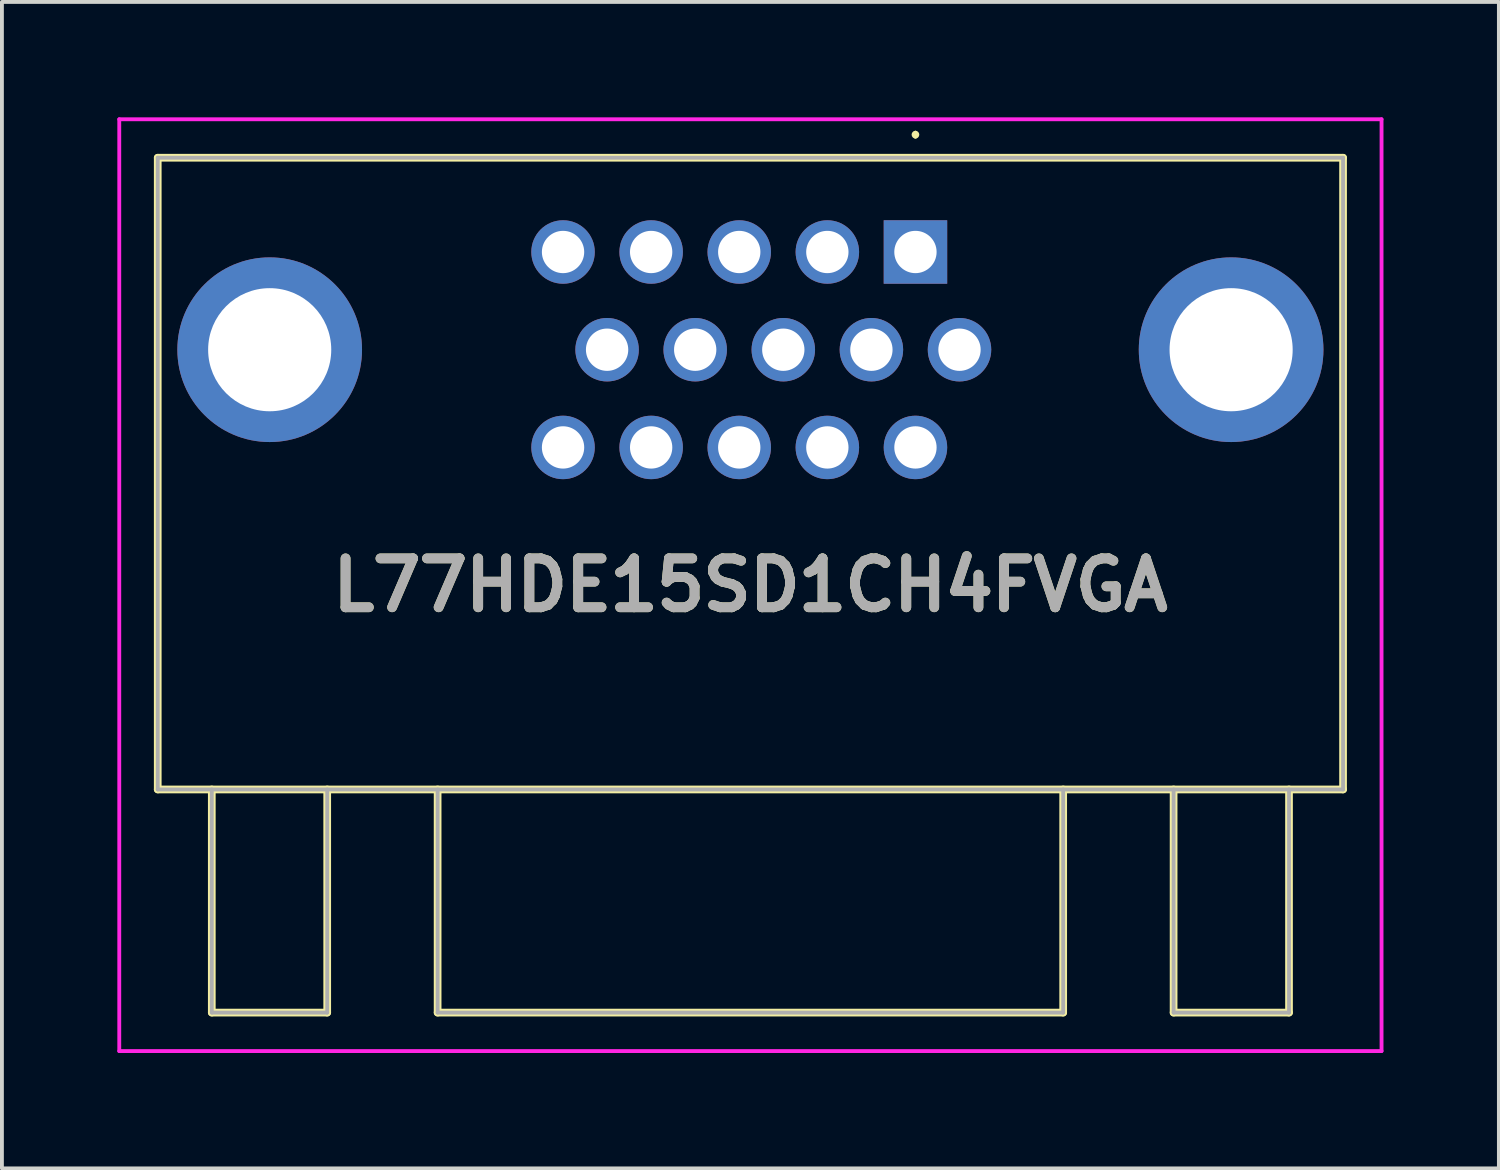
<source format=kicad_pcb>
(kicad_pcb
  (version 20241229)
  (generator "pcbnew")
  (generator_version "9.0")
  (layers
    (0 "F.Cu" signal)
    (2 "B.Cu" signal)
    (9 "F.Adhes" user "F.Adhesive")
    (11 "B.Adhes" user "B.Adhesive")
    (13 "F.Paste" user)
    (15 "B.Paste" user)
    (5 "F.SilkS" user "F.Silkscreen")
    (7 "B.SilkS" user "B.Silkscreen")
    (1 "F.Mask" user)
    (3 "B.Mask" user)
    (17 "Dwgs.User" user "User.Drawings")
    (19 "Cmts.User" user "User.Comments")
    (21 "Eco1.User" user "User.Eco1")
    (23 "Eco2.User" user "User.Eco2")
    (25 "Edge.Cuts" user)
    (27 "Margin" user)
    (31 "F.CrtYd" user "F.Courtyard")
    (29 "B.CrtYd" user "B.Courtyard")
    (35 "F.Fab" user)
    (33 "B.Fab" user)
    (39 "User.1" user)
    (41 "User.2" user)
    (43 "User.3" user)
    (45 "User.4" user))
  (footprint "L77HDE15SD1CH4FVGA"
    (layer "F.Cu")
    (at 20.745 3.5)
    (property "Reference" "L77HDE15SD1CH4FVGA" (at -4.29 8.66 0) (layer "F.SilkS") (effects (font (size 1.27 1.27) (thickness 0.254))))
    (attr through_hole)
    (fp_line (start -19.695 -2.45) (end 11.115 -2.45) (stroke (width 0.2) (type solid)) (layer "F.SilkS"))
    (fp_line (start -19.695 13.97) (end -19.695 -2.45) (stroke (width 0.2) (type solid)) (layer "F.SilkS"))
    (fp_line (start -18.29 13.97) (end -18.29 19.77) (stroke (width 0.2) (type solid)) (layer "F.SilkS"))
    (fp_line (start -18.29 19.77) (end -15.29 19.77) (stroke (width 0.2) (type solid)) (layer "F.SilkS"))
    (fp_line (start -15.29 19.77) (end -15.29 13.97) (stroke (width 0.2) (type solid)) (layer "F.SilkS"))
    (fp_line (start -12.42 13.97) (end -12.42 19.77) (stroke (width 0.2) (type solid)) (layer "F.SilkS"))
    (fp_line (start -12.42 19.77) (end 3.84 19.77) (stroke (width 0.2) (type solid)) (layer "F.SilkS"))
    (fp_line (start 0 -3.1) (end 0 -3.1) (stroke (width 0.1) (type solid)) (layer "F.SilkS"))
    (fp_line (start 0 -3) (end 0 -3) (stroke (width 0.1) (type solid)) (layer "F.SilkS"))
    (fp_line (start 3.84 19.77) (end 3.84 13.97) (stroke (width 0.2) (type solid)) (layer "F.SilkS"))
    (fp_line (start 6.71 13.97) (end 6.71 19.77) (stroke (width 0.2) (type solid)) (layer "F.SilkS"))
    (fp_line (start 6.71 19.77) (end 9.71 19.77) (stroke (width 0.2) (type solid)) (layer "F.SilkS"))
    (fp_line (start 9.71 19.77) (end 9.71 13.97) (stroke (width 0.2) (type solid)) (layer "F.SilkS"))
    (fp_line (start 11.115 -2.45) (end 11.115 13.97) (stroke (width 0.2) (type solid)) (layer "F.SilkS"))
    (fp_line (start 11.115 13.97) (end -19.695 13.97) (stroke (width 0.2) (type solid)) (layer "F.SilkS"))
    (fp_arc (start 0 -3.1) (mid 0.05 -3.05) (end 0 -3) (stroke (width 0.1) (type solid)) (layer "F.SilkS"))
    (fp_arc (start 0 -3) (mid -0.05 -3.05) (end 0 -3.1) (stroke (width 0.1) (type solid)) (layer "F.SilkS"))
    (fp_line (start -20.695 -3.45) (end 12.115 -3.45) (stroke (width 0.1) (type solid)) (layer "F.CrtYd"))
    (fp_line (start -20.695 20.77) (end -20.695 -3.45) (stroke (width 0.1) (type solid)) (layer "F.CrtYd"))
    (fp_line (start 12.115 -3.45) (end 12.115 20.77) (stroke (width 0.1) (type solid)) (layer "F.CrtYd"))
    (fp_line (start 12.115 20.77) (end -20.695 20.77) (stroke (width 0.1) (type solid)) (layer "F.CrtYd"))
    (fp_line (start -19.695 -2.45) (end 11.115 -2.45) (stroke (width 0.1) (type solid)) (layer "F.Fab"))
    (fp_line (start -19.695 13.97) (end -19.695 -2.45) (stroke (width 0.1) (type solid)) (layer "F.Fab"))
    (fp_line (start -18.29 13.97) (end -18.29 19.77) (stroke (width 0.1) (type solid)) (layer "F.Fab"))
    (fp_line (start -18.29 19.77) (end -15.29 19.77) (stroke (width 0.1) (type solid)) (layer "F.Fab"))
    (fp_line (start -15.29 19.77) (end -15.29 13.97) (stroke (width 0.1) (type solid)) (layer "F.Fab"))
    (fp_line (start -12.42 13.97) (end -12.42 19.77) (stroke (width 0.1) (type solid)) (layer "F.Fab"))
    (fp_line (start -12.42 19.77) (end 3.84 19.77) (stroke (width 0.1) (type solid)) (layer "F.Fab"))
    (fp_line (start 3.84 19.77) (end 3.84 13.97) (stroke (width 0.1) (type solid)) (layer "F.Fab"))
    (fp_line (start 6.71 13.97) (end 6.71 19.77) (stroke (width 0.1) (type solid)) (layer "F.Fab"))
    (fp_line (start 6.71 19.77) (end 9.71 19.77) (stroke (width 0.1) (type solid)) (layer "F.Fab"))
    (fp_line (start 9.71 19.77) (end 9.71 13.97) (stroke (width 0.1) (type solid)) (layer "F.Fab"))
    (fp_line (start 11.115 -2.45) (end 11.115 13.97) (stroke (width 0.1) (type solid)) (layer "F.Fab"))
    (fp_line (start 11.115 13.97) (end -19.695 13.97) (stroke (width 0.1) (type solid)) (layer "F.Fab"))
    (fp_text user "${REFERENCE}" (at -4.29 8.66 0) (layer "F.Fab") (effects (font (size 1.27 1.27) (thickness 0.254))))
    (pad "1" thru_hole rect (at 0 0) (size 1.65 1.65) (drill 1.1) (layers "*.Cu" "*.Mask"))
    (pad "2" thru_hole circle (at -2.29 0) (size 1.65 1.65) (drill 1.1) (layers "*.Cu" "*.Mask"))
    (pad "3" thru_hole circle (at -4.58 0) (size 1.65 1.65) (drill 1.1) (layers "*.Cu" "*.Mask"))
    (pad "4" thru_hole circle (at -6.87 0) (size 1.65 1.65) (drill 1.1) (layers "*.Cu" "*.Mask"))
    (pad "5" thru_hole circle (at -9.16 0) (size 1.65 1.65) (drill 1.1) (layers "*.Cu" "*.Mask"))
    (pad "6" thru_hole circle (at 1.145 2.54) (size 1.65 1.65) (drill 1.1) (layers "*.Cu" "*.Mask"))
    (pad "7" thru_hole circle (at -1.145 2.54) (size 1.65 1.65) (drill 1.1) (layers "*.Cu" "*.Mask"))
    (pad "8" thru_hole circle (at -3.435 2.54) (size 1.65 1.65) (drill 1.1) (layers "*.Cu" "*.Mask"))
    (pad "9" thru_hole circle (at -5.725 2.54) (size 1.65 1.65) (drill 1.1) (layers "*.Cu" "*.Mask"))
    (pad "10" thru_hole circle (at -8.015 2.54) (size 1.65 1.65) (drill 1.1) (layers "*.Cu" "*.Mask"))
    (pad "11" thru_hole circle (at 0 5.08) (size 1.65 1.65) (drill 1.1) (layers "*.Cu" "*.Mask"))
    (pad "12" thru_hole circle (at -2.29 5.08) (size 1.65 1.65) (drill 1.1) (layers "*.Cu" "*.Mask"))
    (pad "13" thru_hole circle (at -4.58 5.08) (size 1.65 1.65) (drill 1.1) (layers "*.Cu" "*.Mask"))
    (pad "14" thru_hole circle (at -6.87 5.08) (size 1.65 1.65) (drill 1.1) (layers "*.Cu" "*.Mask"))
    (pad "15" thru_hole circle (at -9.16 5.08) (size 1.65 1.65) (drill 1.1) (layers "*.Cu" "*.Mask"))
    (pad "MH1" thru_hole circle (at 8.205 2.54) (size 4.8 4.8) (drill 3.2) (layers "*.Cu" "*.Mask"))
    (pad "MH2" thru_hole circle (at -16.785 2.54) (size 4.8 4.8) (drill 3.2) (layers "*.Cu" "*.Mask")))
  (gr_rect
    (start -3 -3)
    (end 35.91 27.32)
    (stroke (width 0.1) (type default))
    (fill no)
    (layer "Edge.Cuts")))
</source>
